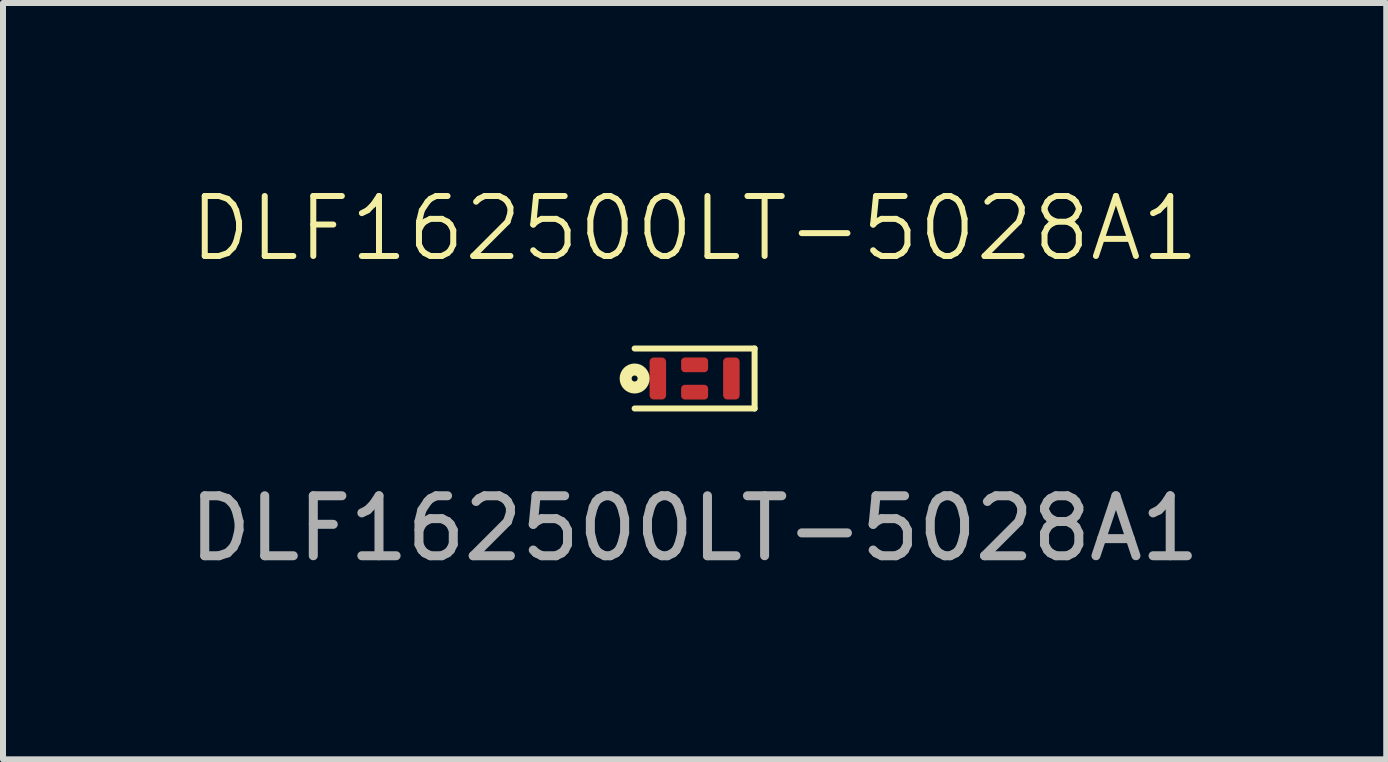
<source format=kicad_pcb>
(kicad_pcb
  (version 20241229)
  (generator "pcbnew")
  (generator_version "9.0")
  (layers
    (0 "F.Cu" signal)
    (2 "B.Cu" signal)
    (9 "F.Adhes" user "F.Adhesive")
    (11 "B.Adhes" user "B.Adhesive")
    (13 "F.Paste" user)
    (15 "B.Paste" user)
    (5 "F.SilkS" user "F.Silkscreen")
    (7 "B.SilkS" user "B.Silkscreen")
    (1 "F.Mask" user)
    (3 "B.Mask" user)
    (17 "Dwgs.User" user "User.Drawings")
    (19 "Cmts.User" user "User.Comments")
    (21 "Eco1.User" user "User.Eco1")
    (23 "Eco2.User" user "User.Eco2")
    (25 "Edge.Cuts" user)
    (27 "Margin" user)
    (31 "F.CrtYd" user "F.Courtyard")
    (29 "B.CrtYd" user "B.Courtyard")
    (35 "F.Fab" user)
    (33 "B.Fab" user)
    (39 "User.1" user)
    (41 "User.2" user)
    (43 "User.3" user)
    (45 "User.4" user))
  (footprint "DLF162500LT-5028A1"
    (layer "F.Cu")
    (at 8.53 3.26)
    (property "Reference" "DLF162500LT-5028A1" (at 0 -2.5 0) (unlocked yes) (layer "F.SilkS") (effects (font (size 1 1) (thickness 0.1))))
    (attr smd)
    (fp_line (start -1 -0.5) (end 1 -0.5) (stroke (width 0.1) (type default)) (layer "F.SilkS"))
    (fp_line (start 1 -0.5) (end 1 0.5) (stroke (width 0.1) (type default)) (layer "F.SilkS"))
    (fp_line (start 1 0.5) (end -1 0.5) (stroke (width 0.1) (type default)) (layer "F.SilkS"))
    (fp_circle (center -1 0) (end -0.95 0) (stroke (width 0.2) (type solid)) (fill no) (layer "F.SilkS"))
    (fp_text user "${REFERENCE}" (at 0 2.5 0) (unlocked yes) (layer "F.Fab") (effects (font (size 1 1) (thickness 0.15))))
    (pad "1" smd roundrect (at -0.613 0) (size 0.275 0.7) (layers "F.Cu" "F.Mask" "F.Paste") (roundrect_rratio 0.25))
    (pad "2" smd roundrect (at 0 0.228) (size 0.45 0.245) (layers "F.Cu" "F.Mask" "F.Paste") (roundrect_rratio 0.25))
    (pad "3" smd roundrect (at 0.613 0) (size 0.275 0.7) (layers "F.Cu" "F.Mask" "F.Paste") (roundrect_rratio 0.25))
    (pad "4" smd roundrect (at 0 -0.228) (size 0.45 0.245) (layers "F.Cu" "F.Mask" "F.Paste") (roundrect_rratio 0.25)))
  (gr_rect
    (start -3 -3)
    (end 20.06 9.609)
    (stroke (width 0.1) (type default))
    (fill no)
    (layer "Edge.Cuts")))
</source>
